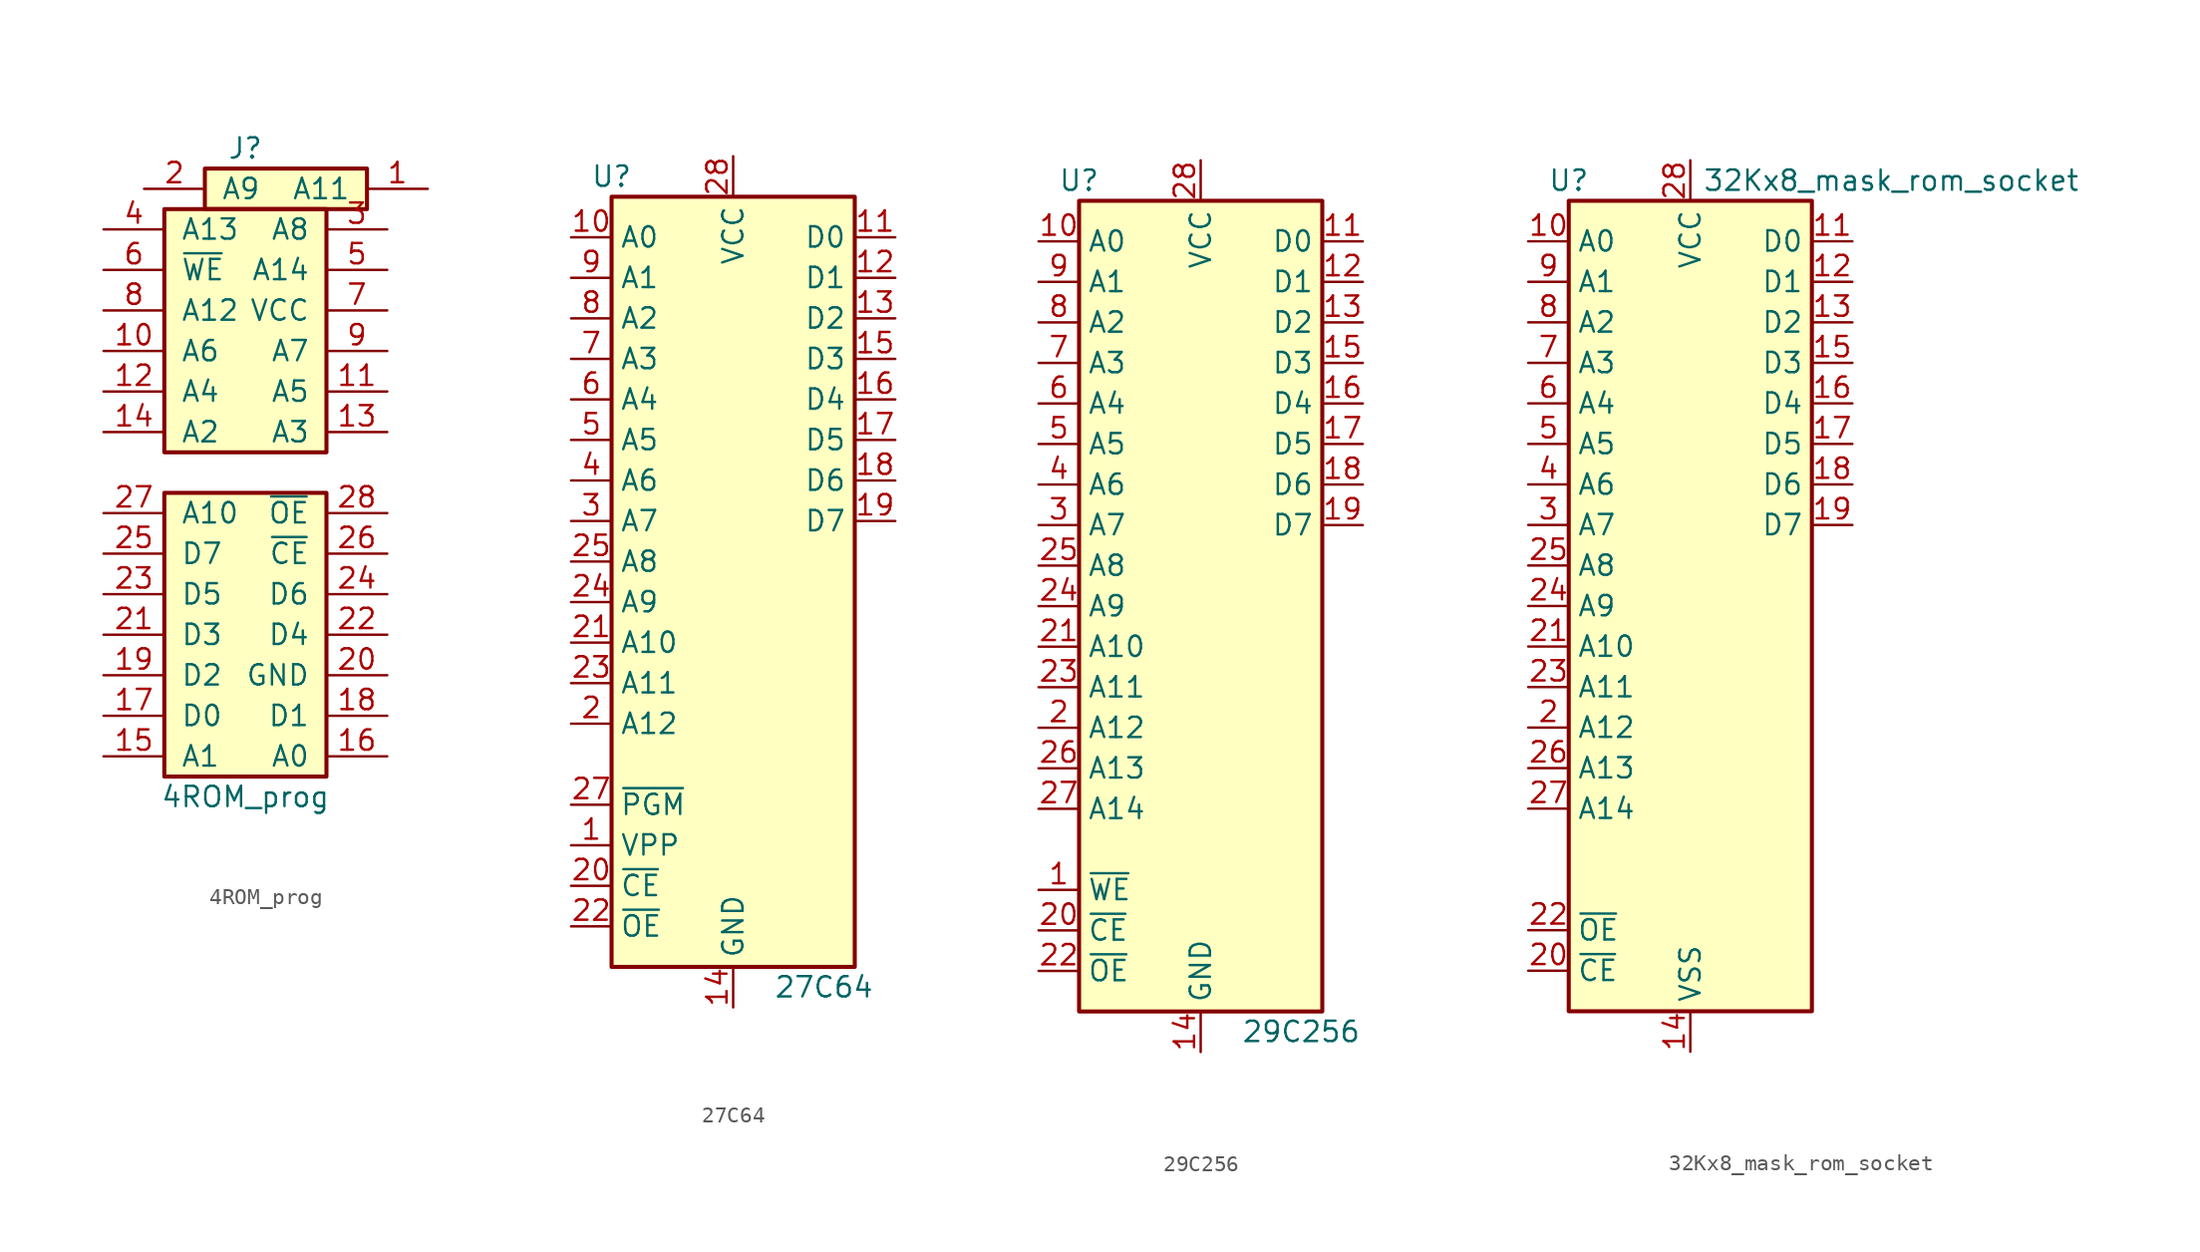
<source format=kicad_sym>
(kicad_symbol_lib
  (version 20220914)
  (generator kicad_symbol_editor)
  (symbol "4ROM_prog"
    (pin_names
      (offset 1.016))
    (property "Reference" "J"
      (at 0 20.32 0)
      (effects (font (size 1.27 1.27))))
    (property "Value" "4ROM_prog"
      (at 0 -20.32 0)
      (effects (font (size 1.27 1.27))))
    (symbol "4ROM_prog_1_1"
      (rectangle (start -5.08 -1.27) (end 5.08 -19.05) (stroke (width 0.254) (type default)) (fill (type background)))
      (rectangle (start -5.08 16.51) (end 5.08 1.27) (stroke (width 0.254) (type default)) (fill (type background)))
      (rectangle (start -2.54 19.05) (end 7.62 16.51) (stroke (width 0.254) (type default)) (fill (type background)))
      (pin passive line (at 11.43 17.78 180) (length 3.81) (name "A11" (effects (font (size 1.27 1.27)))) (number "1" (effects (font (size 1.27 1.27)))))
      (pin passive line (at -8.89 7.62 0) (length 3.81) (name "A6" (effects (font (size 1.27 1.27)))) (number "10" (effects (font (size 1.27 1.27)))))
      (pin passive line (at 8.89 5.08 180) (length 3.81) (name "A5" (effects (font (size 1.27 1.27)))) (number "11" (effects (font (size 1.27 1.27)))))
      (pin passive line (at -8.89 5.08 0) (length 3.81) (name "A4" (effects (font (size 1.27 1.27)))) (number "12" (effects (font (size 1.27 1.27)))))
      (pin passive line (at 8.89 2.54 180) (length 3.81) (name "A3" (effects (font (size 1.27 1.27)))) (number "13" (effects (font (size 1.27 1.27)))))
      (pin passive line (at -8.89 2.54 0) (length 3.81) (name "A2" (effects (font (size 1.27 1.27)))) (number "14" (effects (font (size 1.27 1.27)))))
      (pin passive line (at -8.89 -17.78 0) (length 3.81) (name "A1" (effects (font (size 1.27 1.27)))) (number "15" (effects (font (size 1.27 1.27)))))
      (pin passive line (at 8.89 -17.78 180) (length 3.81) (name "A0" (effects (font (size 1.27 1.27)))) (number "16" (effects (font (size 1.27 1.27)))))
      (pin passive line (at -8.89 -15.24 0) (length 3.81) (name "D0" (effects (font (size 1.27 1.27)))) (number "17" (effects (font (size 1.27 1.27)))))
      (pin passive line (at 8.89 -15.24 180) (length 3.81) (name "D1" (effects (font (size 1.27 1.27)))) (number "18" (effects (font (size 1.27 1.27)))))
      (pin passive line (at -8.89 -12.7 0) (length 3.81) (name "D2" (effects (font (size 1.27 1.27)))) (number "19" (effects (font (size 1.27 1.27)))))
      (pin passive line (at -6.35 17.78 0) (length 3.81) (name "A9" (effects (font (size 1.27 1.27)))) (number "2" (effects (font (size 1.27 1.27)))))
      (pin passive line (at 8.89 -12.7 180) (length 3.81) (name "GND" (effects (font (size 1.27 1.27)))) (number "20" (effects (font (size 1.27 1.27)))))
      (pin passive line (at -8.89 -10.16 0) (length 3.81) (name "D3" (effects (font (size 1.27 1.27)))) (number "21" (effects (font (size 1.27 1.27)))))
      (pin passive line (at 8.89 -10.16 180) (length 3.81) (name "D4" (effects (font (size 1.27 1.27)))) (number "22" (effects (font (size 1.27 1.27)))))
      (pin passive line (at -8.89 -7.62 0) (length 3.81) (name "D5" (effects (font (size 1.27 1.27)))) (number "23" (effects (font (size 1.27 1.27)))))
      (pin passive line (at 8.89 -7.62 180) (length 3.81) (name "D6" (effects (font (size 1.27 1.27)))) (number "24" (effects (font (size 1.27 1.27)))))
      (pin passive line (at -8.89 -5.08 0) (length 3.81) (name "D7" (effects (font (size 1.27 1.27)))) (number "25" (effects (font (size 1.27 1.27)))))
      (pin passive line (at 8.89 -5.08 180) (length 3.81) (name "~{CE}" (effects (font (size 1.27 1.27)))) (number "26" (effects (font (size 1.27 1.27)))))
      (pin passive line (at -8.89 -2.54 0) (length 3.81) (name "A10" (effects (font (size 1.27 1.27)))) (number "27" (effects (font (size 1.27 1.27)))))
      (pin passive line (at 8.89 -2.54 180) (length 3.81) (name "~{OE}" (effects (font (size 1.27 1.27)))) (number "28" (effects (font (size 1.27 1.27)))))
      (pin passive line (at 8.89 15.24 180) (length 3.81) (name "A8" (effects (font (size 1.27 1.27)))) (number "3" (effects (font (size 1.27 1.27)))))
      (pin passive line (at -8.89 15.24 0) (length 3.81) (name "A13" (effects (font (size 1.27 1.27)))) (number "4" (effects (font (size 1.27 1.27)))))
      (pin passive line (at 8.89 12.7 180) (length 3.81) (name "A14" (effects (font (size 1.27 1.27)))) (number "5" (effects (font (size 1.27 1.27)))))
      (pin passive line (at -8.89 12.7 0) (length 3.81) (name "~{WE}" (effects (font (size 1.27 1.27)))) (number "6" (effects (font (size 1.27 1.27)))))
      (pin passive line (at 8.89 10.16 180) (length 3.81) (name "VCC" (effects (font (size 1.27 1.27)))) (number "7" (effects (font (size 1.27 1.27)))))
      (pin passive line (at -8.89 10.16 0) (length 3.81) (name "A12" (effects (font (size 1.27 1.27)))) (number "8" (effects (font (size 1.27 1.27)))))
      (pin passive line (at 8.89 7.62 180) (length 3.81) (name "A7" (effects (font (size 1.27 1.27)))) (number "9" (effects (font (size 1.27 1.27)))))))
  (symbol "27C64"
    (property "Reference" "U"
      (at -7.62 24.13 0)
      (effects (font (size 1.27 1.27))))
    (property "Value" "27C64"
      (at 2.54 -26.67 0)
      (effects (font (size 1.27 1.27)) (justify left)))
    (symbol "27C64_1_1"
      (rectangle (start -7.62 22.86) (end 7.62 -25.4) (stroke (width 0.254) (type default)) (fill (type background)))
      (pin input line (at -10.16 -17.78 0) (length 2.54) (name "VPP" (effects (font (size 1.27 1.27)))) (number "1" (effects (font (size 1.27 1.27)))))
      (pin input line (at -10.16 20.32 0) (length 2.54) (name "A0" (effects (font (size 1.27 1.27)))) (number "10" (effects (font (size 1.27 1.27)))))
      (pin tri_state line (at 10.16 20.32 180) (length 2.54) (name "D0" (effects (font (size 1.27 1.27)))) (number "11" (effects (font (size 1.27 1.27)))))
      (pin tri_state line (at 10.16 17.78 180) (length 2.54) (name "D1" (effects (font (size 1.27 1.27)))) (number "12" (effects (font (size 1.27 1.27)))))
      (pin tri_state line (at 10.16 15.24 180) (length 2.54) (name "D2" (effects (font (size 1.27 1.27)))) (number "13" (effects (font (size 1.27 1.27)))))
      (pin power_in line (at 0 -27.94 90) (length 2.54) (name "GND" (effects (font (size 1.27 1.27)))) (number "14" (effects (font (size 1.27 1.27)))))
      (pin tri_state line (at 10.16 12.7 180) (length 2.54) (name "D3" (effects (font (size 1.27 1.27)))) (number "15" (effects (font (size 1.27 1.27)))))
      (pin tri_state line (at 10.16 10.16 180) (length 2.54) (name "D4" (effects (font (size 1.27 1.27)))) (number "16" (effects (font (size 1.27 1.27)))))
      (pin tri_state line (at 10.16 7.62 180) (length 2.54) (name "D5" (effects (font (size 1.27 1.27)))) (number "17" (effects (font (size 1.27 1.27)))))
      (pin tri_state line (at 10.16 5.08 180) (length 2.54) (name "D6" (effects (font (size 1.27 1.27)))) (number "18" (effects (font (size 1.27 1.27)))))
      (pin tri_state line (at 10.16 2.54 180) (length 2.54) (name "D7" (effects (font (size 1.27 1.27)))) (number "19" (effects (font (size 1.27 1.27)))))
      (pin input line (at -10.16 -10.16 0) (length 2.54) (name "A12" (effects (font (size 1.27 1.27)))) (number "2" (effects (font (size 1.27 1.27)))))
      (pin input line (at -10.16 -20.32 0) (length 2.54) (name "~{CE}" (effects (font (size 1.27 1.27)))) (number "20" (effects (font (size 1.27 1.27)))))
      (pin input line (at -10.16 -5.08 0) (length 2.54) (name "A10" (effects (font (size 1.27 1.27)))) (number "21" (effects (font (size 1.27 1.27)))))
      (pin input line (at -10.16 -22.86 0) (length 2.54) (name "~{OE}" (effects (font (size 1.27 1.27)))) (number "22" (effects (font (size 1.27 1.27)))))
      (pin input line (at -10.16 -7.62 0) (length 2.54) (name "A11" (effects (font (size 1.27 1.27)))) (number "23" (effects (font (size 1.27 1.27)))))
      (pin input line (at -10.16 -2.54 0) (length 2.54) (name "A9" (effects (font (size 1.27 1.27)))) (number "24" (effects (font (size 1.27 1.27)))))
      (pin input line (at -10.16 0 0) (length 2.54) (name "A8" (effects (font (size 1.27 1.27)))) (number "25" (effects (font (size 1.27 1.27)))))
      (pin no_connect line (at 7.62 0 180) (length 2.54) hide (name "NC" (effects (font (size 1.27 1.27)))) (number "26" (effects (font (size 1.27 1.27)))))
      (pin input line (at -10.16 -15.24 0) (length 2.54) (name "~{PGM}" (effects (font (size 1.27 1.27)))) (number "27" (effects (font (size 1.27 1.27)))))
      (pin power_in line (at 0 25.4 270) (length 2.54) (name "VCC" (effects (font (size 1.27 1.27)))) (number "28" (effects (font (size 1.27 1.27)))))
      (pin input line (at -10.16 2.54 0) (length 2.54) (name "A7" (effects (font (size 1.27 1.27)))) (number "3" (effects (font (size 1.27 1.27)))))
      (pin input line (at -10.16 5.08 0) (length 2.54) (name "A6" (effects (font (size 1.27 1.27)))) (number "4" (effects (font (size 1.27 1.27)))))
      (pin input line (at -10.16 7.62 0) (length 2.54) (name "A5" (effects (font (size 1.27 1.27)))) (number "5" (effects (font (size 1.27 1.27)))))
      (pin input line (at -10.16 10.16 0) (length 2.54) (name "A4" (effects (font (size 1.27 1.27)))) (number "6" (effects (font (size 1.27 1.27)))))
      (pin input line (at -10.16 12.7 0) (length 2.54) (name "A3" (effects (font (size 1.27 1.27)))) (number "7" (effects (font (size 1.27 1.27)))))
      (pin input line (at -10.16 15.24 0) (length 2.54) (name "A2" (effects (font (size 1.27 1.27)))) (number "8" (effects (font (size 1.27 1.27)))))
      (pin input line (at -10.16 17.78 0) (length 2.54) (name "A1" (effects (font (size 1.27 1.27)))) (number "9" (effects (font (size 1.27 1.27)))))))
  (symbol "29C256"
    (property "Reference" "U"
      (at -7.62 26.67 0)
      (effects (font (size 1.27 1.27))))
    (property "Value" "29C256"
      (at 2.54 -26.67 0)
      (effects (font (size 1.27 1.27)) (justify left)))
    (symbol "29C256_1_1"
      (rectangle (start -7.62 25.4) (end 7.62 -25.4) (stroke (width 0.254) (type default)) (fill (type background)))
      (pin input line (at -10.16 -17.78 0) (length 2.54) (name "~{WE}" (effects (font (size 1.27 1.27)))) (number "1" (effects (font (size 1.27 1.27)))))
      (pin input line (at -10.16 22.86 0) (length 2.54) (name "A0" (effects (font (size 1.27 1.27)))) (number "10" (effects (font (size 1.27 1.27)))))
      (pin tri_state line (at 10.16 22.86 180) (length 2.54) (name "D0" (effects (font (size 1.27 1.27)))) (number "11" (effects (font (size 1.27 1.27)))))
      (pin tri_state line (at 10.16 20.32 180) (length 2.54) (name "D1" (effects (font (size 1.27 1.27)))) (number "12" (effects (font (size 1.27 1.27)))))
      (pin tri_state line (at 10.16 17.78 180) (length 2.54) (name "D2" (effects (font (size 1.27 1.27)))) (number "13" (effects (font (size 1.27 1.27)))))
      (pin power_in line (at 0 -27.94 90) (length 2.54) (name "GND" (effects (font (size 1.27 1.27)))) (number "14" (effects (font (size 1.27 1.27)))))
      (pin tri_state line (at 10.16 15.24 180) (length 2.54) (name "D3" (effects (font (size 1.27 1.27)))) (number "15" (effects (font (size 1.27 1.27)))))
      (pin tri_state line (at 10.16 12.7 180) (length 2.54) (name "D4" (effects (font (size 1.27 1.27)))) (number "16" (effects (font (size 1.27 1.27)))))
      (pin tri_state line (at 10.16 10.16 180) (length 2.54) (name "D5" (effects (font (size 1.27 1.27)))) (number "17" (effects (font (size 1.27 1.27)))))
      (pin tri_state line (at 10.16 7.62 180) (length 2.54) (name "D6" (effects (font (size 1.27 1.27)))) (number "18" (effects (font (size 1.27 1.27)))))
      (pin tri_state line (at 10.16 5.08 180) (length 2.54) (name "D7" (effects (font (size 1.27 1.27)))) (number "19" (effects (font (size 1.27 1.27)))))
      (pin input line (at -10.16 -7.62 0) (length 2.54) (name "A12" (effects (font (size 1.27 1.27)))) (number "2" (effects (font (size 1.27 1.27)))))
      (pin input line (at -10.16 -20.32 0) (length 2.54) (name "~{CE}" (effects (font (size 1.27 1.27)))) (number "20" (effects (font (size 1.27 1.27)))))
      (pin input line (at -10.16 -2.54 0) (length 2.54) (name "A10" (effects (font (size 1.27 1.27)))) (number "21" (effects (font (size 1.27 1.27)))))
      (pin input line (at -10.16 -22.86 0) (length 2.54) (name "~{OE}" (effects (font (size 1.27 1.27)))) (number "22" (effects (font (size 1.27 1.27)))))
      (pin input line (at -10.16 -5.08 0) (length 2.54) (name "A11" (effects (font (size 1.27 1.27)))) (number "23" (effects (font (size 1.27 1.27)))))
      (pin input line (at -10.16 0 0) (length 2.54) (name "A9" (effects (font (size 1.27 1.27)))) (number "24" (effects (font (size 1.27 1.27)))))
      (pin input line (at -10.16 2.54 0) (length 2.54) (name "A8" (effects (font (size 1.27 1.27)))) (number "25" (effects (font (size 1.27 1.27)))))
      (pin input line (at -10.16 -10.16 0) (length 2.54) (name "A13" (effects (font (size 1.27 1.27)))) (number "26" (effects (font (size 1.27 1.27)))))
      (pin input line (at -10.16 -12.7 0) (length 2.54) (name "A14" (effects (font (size 1.27 1.27)))) (number "27" (effects (font (size 1.27 1.27)))))
      (pin power_in line (at 0 27.94 270) (length 2.54) (name "VCC" (effects (font (size 1.27 1.27)))) (number "28" (effects (font (size 1.27 1.27)))))
      (pin input line (at -10.16 5.08 0) (length 2.54) (name "A7" (effects (font (size 1.27 1.27)))) (number "3" (effects (font (size 1.27 1.27)))))
      (pin input line (at -10.16 7.62 0) (length 2.54) (name "A6" (effects (font (size 1.27 1.27)))) (number "4" (effects (font (size 1.27 1.27)))))
      (pin input line (at -10.16 10.16 0) (length 2.54) (name "A5" (effects (font (size 1.27 1.27)))) (number "5" (effects (font (size 1.27 1.27)))))
      (pin input line (at -10.16 12.7 0) (length 2.54) (name "A4" (effects (font (size 1.27 1.27)))) (number "6" (effects (font (size 1.27 1.27)))))
      (pin input line (at -10.16 15.24 0) (length 2.54) (name "A3" (effects (font (size 1.27 1.27)))) (number "7" (effects (font (size 1.27 1.27)))))
      (pin input line (at -10.16 17.78 0) (length 2.54) (name "A2" (effects (font (size 1.27 1.27)))) (number "8" (effects (font (size 1.27 1.27)))))
      (pin input line (at -10.16 20.32 0) (length 2.54) (name "A1" (effects (font (size 1.27 1.27)))) (number "9" (effects (font (size 1.27 1.27)))))))
  (symbol "32Kx8_mask_rom_socket"
    (property "Reference" "U"
      (at -7.62 26.67 0)
      (effects (font (size 1.27 1.27))))
    (property "Value" "32Kx8_mask_rom_socket"
      (at 0.762 26.67 0)
      (effects (font (size 1.27 1.27)) (justify left)))
    (symbol "32Kx8_mask_rom_socket_1_1"
      (rectangle (start -7.62 25.4) (end 7.62 -25.4) (stroke (width 0.254) (type default)) (fill (type background)))
      (pin no_connect line (at -7.62 -17.78 0) (length 2.54) hide (name "NC(VPP)" (effects (font (size 1.27 1.27)))) (number "1" (effects (font (size 1.27 1.27)))))
      (pin output line (at -10.16 22.86 0) (length 2.54) (name "A0" (effects (font (size 1.27 1.27)))) (number "10" (effects (font (size 1.27 1.27)))))
      (pin tri_state line (at 10.16 22.86 180) (length 2.54) (name "D0" (effects (font (size 1.27 1.27)))) (number "11" (effects (font (size 1.27 1.27)))))
      (pin tri_state line (at 10.16 20.32 180) (length 2.54) (name "D1" (effects (font (size 1.27 1.27)))) (number "12" (effects (font (size 1.27 1.27)))))
      (pin tri_state line (at 10.16 17.78 180) (length 2.54) (name "D2" (effects (font (size 1.27 1.27)))) (number "13" (effects (font (size 1.27 1.27)))))
      (pin power_out line (at 0 -27.94 90) (length 2.54) (name "VSS" (effects (font (size 1.27 1.27)))) (number "14" (effects (font (size 1.27 1.27)))))
      (pin tri_state line (at 10.16 15.24 180) (length 2.54) (name "D3" (effects (font (size 1.27 1.27)))) (number "15" (effects (font (size 1.27 1.27)))))
      (pin tri_state line (at 10.16 12.7 180) (length 2.54) (name "D4" (effects (font (size 1.27 1.27)))) (number "16" (effects (font (size 1.27 1.27)))))
      (pin tri_state line (at 10.16 10.16 180) (length 2.54) (name "D5" (effects (font (size 1.27 1.27)))) (number "17" (effects (font (size 1.27 1.27)))))
      (pin tri_state line (at 10.16 7.62 180) (length 2.54) (name "D6" (effects (font (size 1.27 1.27)))) (number "18" (effects (font (size 1.27 1.27)))))
      (pin tri_state line (at 10.16 5.08 180) (length 2.54) (name "D7" (effects (font (size 1.27 1.27)))) (number "19" (effects (font (size 1.27 1.27)))))
      (pin output line (at -10.16 -7.62 0) (length 2.54) (name "A12" (effects (font (size 1.27 1.27)))) (number "2" (effects (font (size 1.27 1.27)))))
      (pin output line (at -10.16 -22.86 0) (length 2.54) (name "~{CE}" (effects (font (size 1.27 1.27)))) (number "20" (effects (font (size 1.27 1.27)))))
      (pin output line (at -10.16 -2.54 0) (length 2.54) (name "A10" (effects (font (size 1.27 1.27)))) (number "21" (effects (font (size 1.27 1.27)))))
      (pin output line (at -10.16 -20.32 0) (length 2.54) (name "~{OE}" (effects (font (size 1.27 1.27)))) (number "22" (effects (font (size 1.27 1.27)))))
      (pin output line (at -10.16 -5.08 0) (length 2.54) (name "A11" (effects (font (size 1.27 1.27)))) (number "23" (effects (font (size 1.27 1.27)))))
      (pin output line (at -10.16 0 0) (length 2.54) (name "A9" (effects (font (size 1.27 1.27)))) (number "24" (effects (font (size 1.27 1.27)))))
      (pin output line (at -10.16 2.54 0) (length 2.54) (name "A8" (effects (font (size 1.27 1.27)))) (number "25" (effects (font (size 1.27 1.27)))))
      (pin output line (at -10.16 -10.16 0) (length 2.54) (name "A13" (effects (font (size 1.27 1.27)))) (number "26" (effects (font (size 1.27 1.27)))))
      (pin output line (at -10.16 -12.7 0) (length 2.54) (name "A14" (effects (font (size 1.27 1.27)))) (number "27" (effects (font (size 1.27 1.27)))))
      (pin power_out line (at 0 27.94 270) (length 2.54) (name "VCC" (effects (font (size 1.27 1.27)))) (number "28" (effects (font (size 1.27 1.27)))))
      (pin output line (at -10.16 5.08 0) (length 2.54) (name "A7" (effects (font (size 1.27 1.27)))) (number "3" (effects (font (size 1.27 1.27)))))
      (pin output line (at -10.16 7.62 0) (length 2.54) (name "A6" (effects (font (size 1.27 1.27)))) (number "4" (effects (font (size 1.27 1.27)))))
      (pin output line (at -10.16 10.16 0) (length 2.54) (name "A5" (effects (font (size 1.27 1.27)))) (number "5" (effects (font (size 1.27 1.27)))))
      (pin output line (at -10.16 12.7 0) (length 2.54) (name "A4" (effects (font (size 1.27 1.27)))) (number "6" (effects (font (size 1.27 1.27)))))
      (pin output line (at -10.16 15.24 0) (length 2.54) (name "A3" (effects (font (size 1.27 1.27)))) (number "7" (effects (font (size 1.27 1.27)))))
      (pin output line (at -10.16 17.78 0) (length 2.54) (name "A2" (effects (font (size 1.27 1.27)))) (number "8" (effects (font (size 1.27 1.27)))))
      (pin output line (at -10.16 20.32 0) (length 2.54) (name "A1" (effects (font (size 1.27 1.27)))) (number "9" (effects (font (size 1.27 1.27))))))))
</source>
